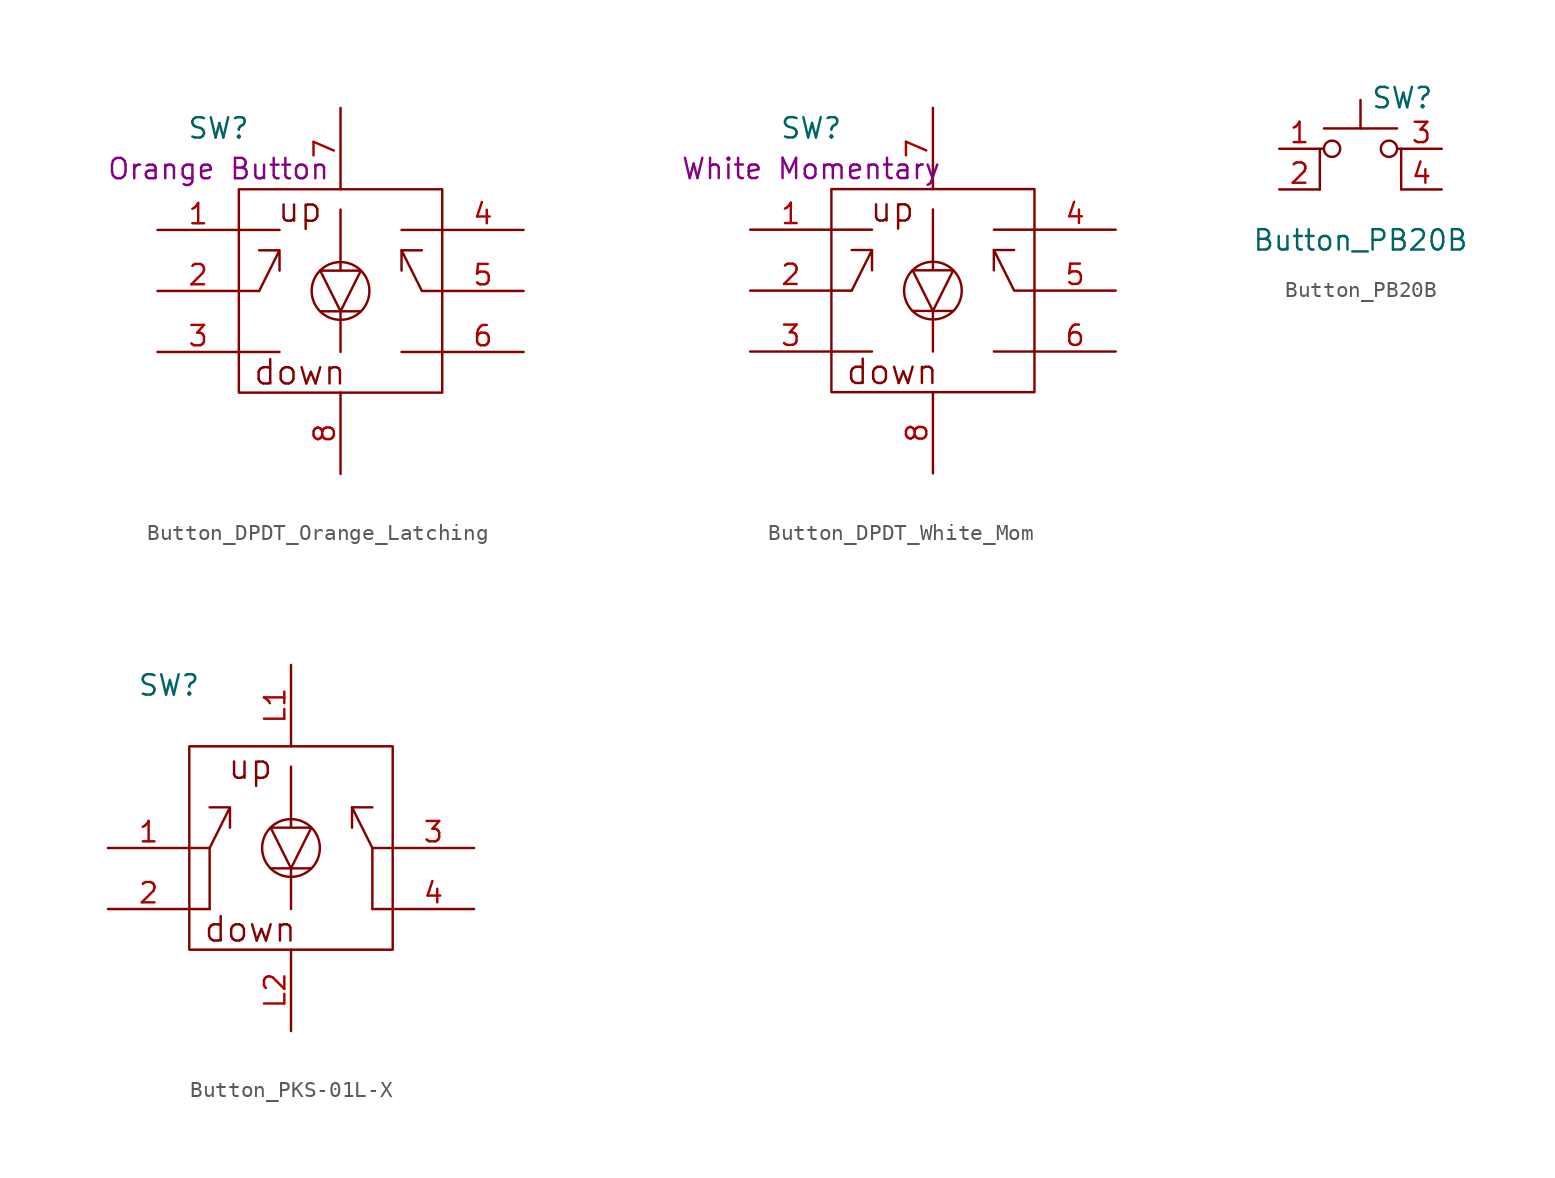
<source format=kicad_sym>
(kicad_symbol_lib
  (version 20241209)
  (generator "kicad_symbol_editor")
  (generator_version "9.0")
  (symbol "Button_DPDT_Orange_Latching"
    (pin_names
      (offset 1.016)
      (hide yes))
    (property "Reference" "SW"
      (at -7.62 10.16 0)
      (effects (font (size 1.27 1.27))))
    (property "Display" "Orange Button"
      (at -7.62 7.62 0)
      (effects (font (size 1.27 1.27))))
    (symbol "Button_DPDT_Orange_Latching_0_0"
      (text "up" (at -2.54 5.08 0) (effects (font (size 1.524 1.524))))
      (text "down" (at -2.54 -5.08 0) (effects (font (size 1.524 1.524)))))
    (symbol "Button_DPDT_Orange_Latching_0_1"
      (rectangle (start -6.35 6.35) (end 6.35 -6.35) (stroke (width 0) (type default)) (fill (type none)))
      (polyline (pts (xy -6.35 3.81) (xy -3.81 3.81)) (stroke (width 0) (type default)) (fill (type none)))
      (polyline (pts (xy -6.35 0) (xy -5.08 0)) (stroke (width 0) (type default)) (fill (type none)))
      (polyline (pts (xy -6.35 -3.81) (xy -3.81 -3.81)) (stroke (width 0) (type default)) (fill (type none)))
      (polyline (pts (xy -5.08 0) (xy -3.81 2.54) (xy -5.08 2.54) (xy -3.81 2.54) (xy -3.81 1.27)) (stroke (width 0) (type default)) (fill (type none)))
      (polyline (pts (xy -1.27 -1.27) (xy 1.27 -1.27)) (stroke (width 0) (type default)) (fill (type none)))
      (polyline (pts (xy 0 5.08) (xy 0 1.27) (xy 1.27 1.27) (xy 0 -1.27) (xy -1.27 1.27) (xy 0 1.27)) (stroke (width 0) (type default)) (fill (type none)))
      (circle (center 0 0) (radius 1.803) (stroke (width 0) (type default)) (fill (type none)))
      (polyline (pts (xy 0 -1.27) (xy 0 -3.81)) (stroke (width 0) (type default)) (fill (type none)))
      (polyline (pts (xy 3.81 2.54) (xy 5.08 2.54)) (stroke (width 0) (type default)) (fill (type none)))
      (polyline (pts (xy 6.35 3.81) (xy 3.81 3.81)) (stroke (width 0) (type default)) (fill (type none)))
      (polyline (pts (xy 6.35 0) (xy 5.08 0) (xy 3.81 2.54) (xy 3.81 1.27)) (stroke (width 0) (type default)) (fill (type none)))
      (polyline (pts (xy 6.35 -3.81) (xy 3.81 -3.81)) (stroke (width 0) (type default)) (fill (type none))))
    (symbol "Button_DPDT_Orange_Latching_1_1"
      (pin input line (at -11.43 3.81 0) (length 5.08) (name "UP-A" (effects (font (size 1.27 1.27)))) (number "1" (effects (font (size 1.27 1.27)))))
      (pin input line (at -11.43 0 0) (length 5.08) (name "POLE-A" (effects (font (size 1.27 1.27)))) (number "2" (effects (font (size 1.27 1.27)))))
      (pin input line (at -11.43 -3.81 0) (length 5.08) (name "DOWN-A" (effects (font (size 1.27 1.27)))) (number "3" (effects (font (size 1.27 1.27)))))
      (pin input line (at 0 11.43 270) (length 5.08) (name "A" (effects (font (size 1.27 1.27)))) (number "7" (effects (font (size 1.27 1.27)))))
      (pin input line (at 0 -11.43 90) (length 5.08) (name "C" (effects (font (size 1.27 1.27)))) (number "8" (effects (font (size 1.27 1.27)))))
      (pin input line (at 11.43 3.81 180) (length 5.08) (name "UP-B" (effects (font (size 1.27 1.27)))) (number "4" (effects (font (size 1.27 1.27)))))
      (pin input line (at 11.43 0 180) (length 5.08) (name "POLE-B" (effects (font (size 1.27 1.27)))) (number "5" (effects (font (size 1.27 1.27)))))
      (pin input line (at 11.43 -3.81 180) (length 5.08) (name "DOWN-B" (effects (font (size 1.27 1.27)))) (number "6" (effects (font (size 1.27 1.27)))))))
  (symbol "Button_DPDT_White_Mom"
    (pin_names
      (offset 1.016)
      (hide yes))
    (property "Reference" "SW"
      (at -7.62 10.16 0)
      (effects (font (size 1.27 1.27))))
    (property "Display" "White Momentary"
      (at -7.62 7.62 0)
      (effects (font (size 1.27 1.27))))
    (symbol "Button_DPDT_White_Mom_0_0"
      (text "up" (at -2.54 5.08 0) (effects (font (size 1.524 1.524))))
      (text "down" (at -2.54 -5.08 0) (effects (font (size 1.524 1.524)))))
    (symbol "Button_DPDT_White_Mom_0_1"
      (rectangle (start -6.35 6.35) (end 6.35 -6.35) (stroke (width 0) (type default)) (fill (type none)))
      (polyline (pts (xy -6.35 3.81) (xy -3.81 3.81)) (stroke (width 0) (type default)) (fill (type none)))
      (polyline (pts (xy -6.35 0) (xy -5.08 0)) (stroke (width 0) (type default)) (fill (type none)))
      (polyline (pts (xy -6.35 -3.81) (xy -3.81 -3.81)) (stroke (width 0) (type default)) (fill (type none)))
      (polyline (pts (xy -5.08 0) (xy -3.81 2.54) (xy -5.08 2.54) (xy -3.81 2.54) (xy -3.81 1.27)) (stroke (width 0) (type default)) (fill (type none)))
      (polyline (pts (xy -1.27 -1.27) (xy 1.27 -1.27)) (stroke (width 0) (type default)) (fill (type none)))
      (polyline (pts (xy 0 5.08) (xy 0 1.27) (xy 1.27 1.27) (xy 0 -1.27) (xy -1.27 1.27) (xy 0 1.27)) (stroke (width 0) (type default)) (fill (type none)))
      (circle (center 0 0) (radius 1.803) (stroke (width 0) (type default)) (fill (type none)))
      (polyline (pts (xy 0 -1.27) (xy 0 -3.81)) (stroke (width 0) (type default)) (fill (type none)))
      (polyline (pts (xy 3.81 2.54) (xy 5.08 2.54)) (stroke (width 0) (type default)) (fill (type none)))
      (polyline (pts (xy 6.35 3.81) (xy 3.81 3.81)) (stroke (width 0) (type default)) (fill (type none)))
      (polyline (pts (xy 6.35 0) (xy 5.08 0) (xy 3.81 2.54) (xy 3.81 1.27)) (stroke (width 0) (type default)) (fill (type none)))
      (polyline (pts (xy 6.35 -3.81) (xy 3.81 -3.81)) (stroke (width 0) (type default)) (fill (type none))))
    (symbol "Button_DPDT_White_Mom_1_1"
      (pin input line (at -11.43 3.81 0) (length 5.08) (name "UP-A" (effects (font (size 1.27 1.27)))) (number "1" (effects (font (size 1.27 1.27)))))
      (pin input line (at -11.43 0 0) (length 5.08) (name "POLE-A" (effects (font (size 1.27 1.27)))) (number "2" (effects (font (size 1.27 1.27)))))
      (pin input line (at -11.43 -3.81 0) (length 5.08) (name "DOWN-A" (effects (font (size 1.27 1.27)))) (number "3" (effects (font (size 1.27 1.27)))))
      (pin input line (at 0 11.43 270) (length 5.08) (name "A" (effects (font (size 1.27 1.27)))) (number "7" (effects (font (size 1.27 1.27)))))
      (pin input line (at 0 -11.43 90) (length 5.08) (name "C" (effects (font (size 1.27 1.27)))) (number "8" (effects (font (size 1.27 1.27)))))
      (pin input line (at 11.43 3.81 180) (length 5.08) (name "UP-B" (effects (font (size 1.27 1.27)))) (number "4" (effects (font (size 1.27 1.27)))))
      (pin input line (at 11.43 0 180) (length 5.08) (name "POLE-B" (effects (font (size 1.27 1.27)))) (number "5" (effects (font (size 1.27 1.27)))))
      (pin input line (at 11.43 -3.81 180) (length 5.08) (name "DOWN-B" (effects (font (size 1.27 1.27)))) (number "6" (effects (font (size 1.27 1.27)))))))
  (symbol "Button_PB20B"
    (pin_names
      (offset 1.016)
      (hide yes))
    (property "Reference" "SW"
      (at 0.635 5.715 0)
      (effects (font (size 1.27 1.27)) (justify left)))
    (property "Value" "Button_PB20B"
      (at 0 -3.175 0)
      (effects (font (size 1.27 1.27))))
    (symbol "Button_PB20B_0_1"
      (polyline (pts (xy -2.54 0) (xy -2.54 2.54) (xy -2.286 2.54)) (stroke (width 0) (type default)) (fill (type none)))
      (polyline (pts (xy -2.286 3.81) (xy 2.286 3.81)) (stroke (width 0) (type default)) (fill (type none)))
      (circle (center -1.778 2.54) (radius 0.508) (stroke (width 0) (type default)) (fill (type none)))
      (polyline (pts (xy 0 3.81) (xy 0 5.588)) (stroke (width 0) (type default)) (fill (type none)))
      (circle (center 1.778 2.54) (radius 0.508) (stroke (width 0) (type default)) (fill (type none)))
      (polyline (pts (xy 2.54 0) (xy 2.54 2.54) (xy 2.286 2.54)) (stroke (width 0) (type default)) (fill (type none)))
      (pin passive line (at -5.08 2.54 0) (length 2.54) (name "1" (effects (font (size 1.27 1.27)))) (number "1" (effects (font (size 1.27 1.27)))))
      (pin passive line (at 5.08 0 180) (length 2.54) (name "4" (effects (font (size 1.27 1.27)))) (number "4" (effects (font (size 1.27 1.27))))))
    (symbol "Button_PB20B_1_1"
      (pin passive line (at -5.08 0 0) (length 2.54) (name "2" (effects (font (size 1.27 1.27)))) (number "2" (effects (font (size 1.27 1.27)))))
      (pin passive line (at 5.08 2.54 180) (length 2.54) (name "3" (effects (font (size 1.27 1.27)))) (number "3" (effects (font (size 1.27 1.27)))))))
  (symbol "Button_PKS-01L-X"
    (pin_names
      (offset 1.016)
      (hide yes))
    (property "Reference" "SW"
      (at -7.62 10.16 0)
      (effects (font (size 1.27 1.27))))
    (symbol "Button_PKS-01L-X_0_0"
      (text "up" (at -2.54 5.08 0) (effects (font (size 1.524 1.524))))
      (text "down" (at -2.54 -5.08 0) (effects (font (size 1.524 1.524)))))
    (symbol "Button_PKS-01L-X_0_1"
      (rectangle (start -6.35 6.35) (end 6.35 -6.35) (stroke (width 0) (type default)) (fill (type none)))
      (polyline (pts (xy -6.35 0) (xy -5.08 0)) (stroke (width 0) (type default)) (fill (type none)))
      (polyline (pts (xy -6.35 -3.81) (xy -5.08 -3.81)) (stroke (width 0) (type default)) (fill (type none)))
      (polyline (pts (xy -5.08 0) (xy -3.81 2.54) (xy -5.08 2.54) (xy -3.81 2.54) (xy -3.81 1.27)) (stroke (width 0) (type default)) (fill (type none)))
      (polyline (pts (xy -5.08 -3.81) (xy -5.08 0)) (stroke (width 0) (type default)) (fill (type none)))
      (polyline (pts (xy -1.27 -1.27) (xy 1.27 -1.27)) (stroke (width 0) (type default)) (fill (type none)))
      (polyline (pts (xy 0 5.08) (xy 0 1.27) (xy 1.27 1.27) (xy 0 -1.27) (xy -1.27 1.27) (xy 0 1.27)) (stroke (width 0) (type default)) (fill (type none)))
      (circle (center 0 0) (radius 1.803) (stroke (width 0) (type default)) (fill (type none)))
      (polyline (pts (xy 0 -1.27) (xy 0 -3.81)) (stroke (width 0) (type default)) (fill (type none)))
      (polyline (pts (xy 3.81 2.54) (xy 5.08 2.54)) (stroke (width 0) (type default)) (fill (type none)))
      (polyline (pts (xy 5.08 -3.81) (xy 5.08 0)) (stroke (width 0) (type default)) (fill (type none)))
      (polyline (pts (xy 6.35 0) (xy 5.08 0) (xy 3.81 2.54) (xy 3.81 1.27)) (stroke (width 0) (type default)) (fill (type none)))
      (polyline (pts (xy 6.35 -3.81) (xy 5.08 -3.81)) (stroke (width 0) (type default)) (fill (type none))))
    (symbol "Button_PKS-01L-X_1_1"
      (pin input line (at -11.43 0 0) (length 5.08) (name "A" (effects (font (size 1.27 1.27)))) (number "1" (effects (font (size 1.27 1.27)))))
      (pin input line (at -11.43 -3.81 0) (length 5.08) (name "A" (effects (font (size 1.27 1.27)))) (number "2" (effects (font (size 1.27 1.27)))))
      (pin input line (at 0 11.43 270) (length 5.08) (name "A" (effects (font (size 1.27 1.27)))) (number "L1" (effects (font (size 1.27 1.27)))))
      (pin input line (at 0 -11.43 90) (length 5.08) (name "C" (effects (font (size 1.27 1.27)))) (number "L2" (effects (font (size 1.27 1.27)))))
      (pin input line (at 11.43 0 180) (length 5.08) (name "B" (effects (font (size 1.27 1.27)))) (number "3" (effects (font (size 1.27 1.27)))))
      (pin input line (at 11.43 -3.81 180) (length 5.08) (name "DOWN-B" (effects (font (size 1.27 1.27)))) (number "4" (effects (font (size 1.27 1.27))))))))
</source>
